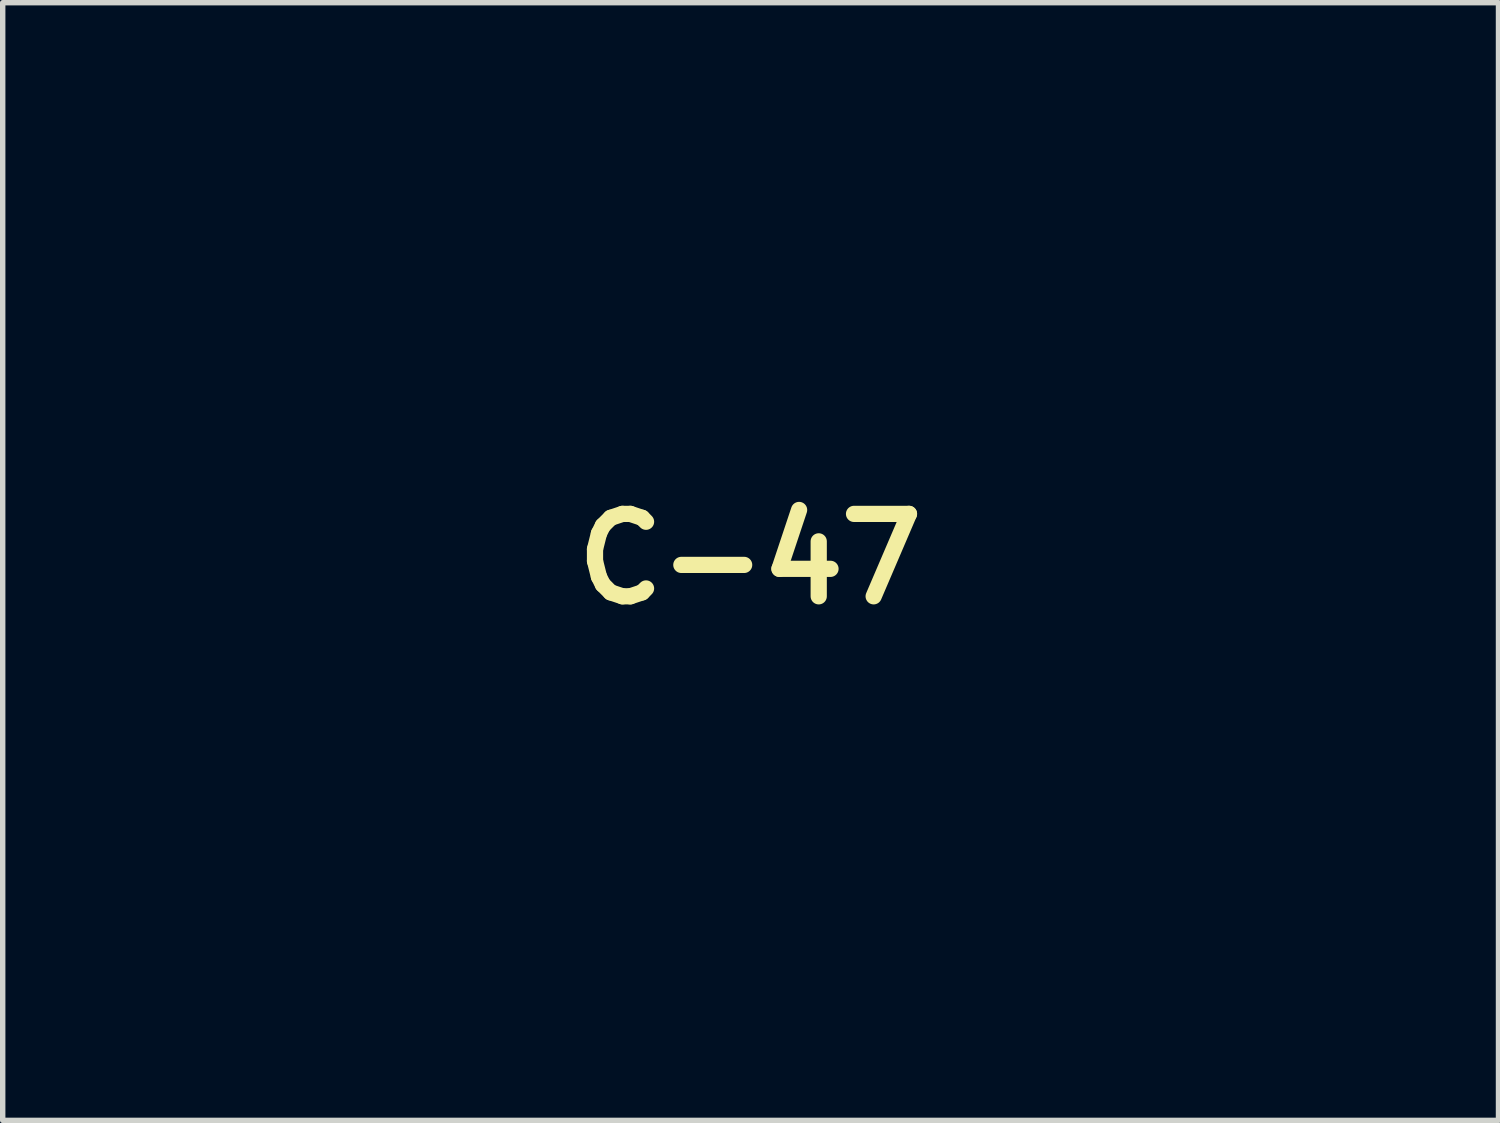
<source format=kicad_pcb>
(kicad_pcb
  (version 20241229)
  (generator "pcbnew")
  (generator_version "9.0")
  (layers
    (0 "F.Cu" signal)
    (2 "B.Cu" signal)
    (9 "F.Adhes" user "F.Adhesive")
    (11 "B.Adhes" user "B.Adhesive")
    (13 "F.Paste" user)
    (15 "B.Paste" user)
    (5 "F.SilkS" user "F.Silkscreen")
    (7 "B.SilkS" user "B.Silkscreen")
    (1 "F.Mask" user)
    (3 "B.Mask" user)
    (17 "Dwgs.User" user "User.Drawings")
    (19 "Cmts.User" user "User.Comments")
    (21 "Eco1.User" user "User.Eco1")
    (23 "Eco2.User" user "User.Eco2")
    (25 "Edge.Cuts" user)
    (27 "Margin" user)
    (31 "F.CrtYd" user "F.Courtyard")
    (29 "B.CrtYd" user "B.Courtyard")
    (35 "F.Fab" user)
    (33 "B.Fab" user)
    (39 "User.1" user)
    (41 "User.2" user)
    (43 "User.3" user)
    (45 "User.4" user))
  (footprint "C-47"
    (layer "F.Cu")
    (at 10.819 7.287)
    (property "Reference" "C-47" (at 0 0 0) (layer "F.SilkS") (effects (font (size 1.524 1.524) (thickness 0.3))))
    (attr through_hole)
    (fp_poly (pts (xy 0.122 -7.24) (xy 0.26 -7.118) (xy 0.272 -7.105) (xy 0.363 -6.983) (xy 0.444 -6.839) (xy 0.515 -6.667) (xy 0.579 -6.459) (xy 0.635 -6.209) (xy 0.687 -5.909) (xy 0.734 -5.553) (xy 0.779 -5.134) (xy 0.823 -4.645) (xy 0.866 -4.078) (xy 0.87 -4.032) (xy 0.898 -3.641) (xy 1.557 -3.641) (xy 1.588 -4.244) (xy 1.603 -4.519) (xy 1.619 -4.722) (xy 1.64 -4.863) (xy 1.67 -4.954) (xy 1.712 -5.007) (xy 1.772 -5.033) (xy 1.853 -5.044) (xy 1.871 -5.046) (xy 2.053 -5.059) (xy 2.074 -5.292) (xy 2.095 -5.437) (xy 2.126 -5.51) (xy 2.159 -5.524) (xy 2.2 -5.499) (xy 2.225 -5.412) (xy 2.235 -5.302) (xy 2.246 -5.173) (xy 2.267 -5.107) (xy 2.309 -5.083) (xy 2.362 -5.079) (xy 2.467 -5.067) (xy 2.545 -5.026) (xy 2.6 -4.945) (xy 2.637 -4.814) (xy 2.658 -4.624) (xy 2.666 -4.364) (xy 2.667 -4.212) (xy 2.668 -3.981) (xy 2.673 -3.821) (xy 2.682 -3.719) (xy 2.698 -3.66) (xy 2.723 -3.632) (xy 2.741 -3.624) (xy 2.792 -3.609) (xy 2.918 -3.573) (xy 3.114 -3.517) (xy 3.374 -3.443) (xy 3.691 -3.352) (xy 4.06 -3.246) (xy 4.475 -3.128) (xy 4.93 -2.998) (xy 5.419 -2.858) (xy 5.936 -2.71) (xy 6.456 -2.562) (xy 6.998 -2.407) (xy 7.519 -2.257) (xy 8.015 -2.115) (xy 8.477 -1.982) (xy 8.901 -1.859) (xy 9.28 -1.749) (xy 9.608 -1.654) (xy 9.879 -1.575) (xy 10.086 -1.513) (xy 10.224 -1.472) (xy 10.285 -1.453) (xy 10.427 -1.382) (xy 10.58 -1.279) (xy 10.654 -1.217) (xy 10.835 -1.05) (xy 10.771 -0.897) (xy 10.692 -0.744) (xy 10.591 -0.627) (xy 10.443 -0.523) (xy 10.351 -0.472) (xy 10.139 -0.36) (xy 5.673 -0.338) (xy 5.065 -0.335) (xy 4.482 -0.332) (xy 3.928 -0.329) (xy 3.41 -0.325) (xy 2.933 -0.322) (xy 2.501 -0.319) (xy 2.122 -0.317) (xy 1.8 -0.314) (xy 1.541 -0.312) (xy 1.35 -0.309) (xy 1.233 -0.308) (xy 1.196 -0.306) (xy 1.168 -0.269) (xy 1.106 -0.186) (xy 1.059 -0.121) (xy 1.002 -0.038) (xy 0.965 0.036) (xy 0.944 0.123) (xy 0.934 0.244) (xy 0.931 0.42) (xy 0.931 0.504) (xy 0.927 0.726) (xy 0.917 0.999) (xy 0.902 1.285) (xy 0.885 1.545) (xy 0.867 1.79) (xy 0.853 2.034) (xy 0.844 2.249) (xy 0.84 2.409) (xy 0.84 2.423) (xy 0.833 2.61) (xy 0.812 2.833) (xy 0.782 3.046) (xy 0.779 3.058) (xy 0.751 3.22) (xy 0.713 3.444) (xy 0.669 3.704) (xy 0.624 3.979) (xy 0.596 4.149) (xy 0.475 4.889) (xy 0.566 4.979) (xy 0.628 5.021) (xy 0.756 5.092) (xy 0.938 5.186) (xy 1.163 5.298) (xy 1.419 5.421) (xy 1.65 5.529) (xy 1.98 5.684) (xy 2.242 5.811) (xy 2.444 5.915) (xy 2.598 6.001) (xy 2.713 6.076) (xy 2.797 6.143) (xy 2.822 6.166) (xy 2.968 6.36) (xy 3.039 6.57) (xy 3.038 6.78) (xy 2.968 6.976) (xy 2.831 7.144) (xy 2.634 7.266) (xy 2.537 7.292) (xy 2.371 7.313) (xy 2.132 7.33) (xy 1.814 7.345) (xy 1.64 7.35) (xy 0.783 7.375) (xy 0.577 7.263) (xy 0.408 7.19) (xy 0.277 7.182) (xy 0.169 7.241) (xy 0.118 7.296) (xy 0.049 7.357) (xy -0.013 7.345) (xy -0.153 7.245) (xy -0.244 7.187) (xy -0.311 7.166) (xy -0.378 7.179) (xy -0.467 7.22) (xy -0.534 7.253) (xy -0.626 7.296) (xy -0.709 7.327) (xy -0.8 7.346) (xy -0.916 7.357) (xy -1.074 7.361) (xy -1.292 7.361) (xy -1.409 7.36) (xy -1.658 7.356) (xy -1.901 7.349) (xy -2.113 7.339) (xy -2.271 7.329) (xy -2.307 7.325) (xy -2.589 7.263) (xy -2.805 7.153) (xy -2.952 6.996) (xy -3.03 6.794) (xy -3.035 6.577) (xy -2.963 6.376) (xy -2.843 6.212) (xy -2.782 6.153) (xy -2.699 6.089) (xy -2.584 6.016) (xy -2.429 5.928) (xy -2.225 5.82) (xy -1.964 5.688) (xy -1.635 5.526) (xy -1.577 5.498) (xy -1.242 5.333) (xy -0.978 5.2) (xy -0.777 5.095) (xy -0.632 5.014) (xy -0.536 4.953) (xy -0.483 4.908) (xy -0.466 4.876) (xy -0.466 4.874) (xy -0.471 4.808) (xy -0.486 4.672) (xy -0.509 4.483) (xy -0.538 4.254) (xy -0.57 4.016) (xy -0.652 3.376) (xy -0.723 2.766) (xy -0.782 2.199) (xy -0.827 1.687) (xy -0.858 1.24) (xy -0.866 1.058) (xy -0.88 0.733) (xy -0.893 0.48) (xy -0.908 0.289) (xy -0.927 0.147) (xy -0.951 0.043) (xy -0.984 -0.035) (xy -1.026 -0.099) (xy -1.082 -0.16) (xy -1.099 -0.178) (xy -1.259 -0.337) (xy -5.614 -0.336) (xy -6.327 -0.336) (xy -6.96 -0.336) (xy -7.519 -0.337) (xy -8.008 -0.338) (xy -8.431 -0.339) (xy -8.795 -0.341) (xy -9.104 -0.344) (xy -9.362 -0.348) (xy -9.575 -0.352) (xy -9.748 -0.357) (xy -9.886 -0.363) (xy -9.993 -0.37) (xy -10.074 -0.379) (xy -10.135 -0.388) (xy -10.18 -0.398) (xy -10.186 -0.4) (xy -10.4 -0.484) (xy -10.555 -0.597) (xy -10.678 -0.76) (xy -10.713 -0.821) (xy -10.814 -1.013) (xy -10.671 -1.161) (xy -10.552 -1.258) (xy -10.393 -1.356) (xy -10.27 -1.416) (xy -10.197 -1.442) (xy -10.052 -1.488) (xy -9.84 -1.552) (xy -9.571 -1.633) (xy -9.25 -1.729) (xy -8.885 -1.837) (xy -8.483 -1.955) (xy -8.05 -2.082) (xy -7.594 -2.215) (xy -7.123 -2.352) (xy -6.642 -2.492) (xy -6.159 -2.632) (xy -5.681 -2.77) (xy -5.215 -2.904) (xy -4.768 -3.032) (xy -4.348 -3.152) (xy -3.961 -3.262) (xy -3.614 -3.36) (xy -3.314 -3.444) (xy -3.069 -3.512) (xy -2.885 -3.561) (xy -2.769 -3.591) (xy -2.731 -3.598) (xy -2.697 -3.615) (xy -2.677 -3.676) (xy -2.666 -3.795) (xy -2.662 -3.926) (xy -2.658 -4.108) (xy -2.654 -4.276) (xy -2.65 -4.397) (xy -2.65 -4.403) (xy -2.643 -4.547) (xy -2.635 -4.707) (xy -2.634 -4.731) (xy -2.595 -4.907) (xy -2.503 -5.026) (xy -2.365 -5.078) (xy -2.328 -5.08) (xy -2.253 -5.085) (xy -2.216 -5.113) (xy -2.203 -5.187) (xy -2.201 -5.292) (xy -2.197 -5.419) (xy -2.177 -5.483) (xy -2.135 -5.503) (xy -2.121 -5.503) (xy -2.045 -5.475) (xy -2.003 -5.385) (xy -1.99 -5.225) (xy -1.982 -5.127) (xy -1.944 -5.087) (xy -1.864 -5.08) (xy -1.769 -5.068) (xy -1.698 -5.024) (xy -1.646 -4.939) (xy -1.611 -4.803) (xy -1.589 -4.605) (xy -1.575 -4.336) (xy -1.573 -4.246) (xy -1.557 -3.641) (xy -0.864 -3.641) (xy -0.812 -4.458) (xy -0.766 -5.064) (xy -0.707 -5.59) (xy -0.637 -6.04) (xy -0.554 -6.418) (xy -0.457 -6.727) (xy -0.376 -6.914) (xy -0.253 -7.12) (xy -0.131 -7.242) (xy -0.007 -7.282) (xy 0.122 -7.24)) (stroke (width 0.01) (type solid)) (fill yes) (layer "F.Mask")))
  (gr_rect
    (start -3 -3)
    (end 24.659 17.667)
    (stroke (width 0.1) (type default))
    (fill no)
    (layer "Edge.Cuts")))
</source>
